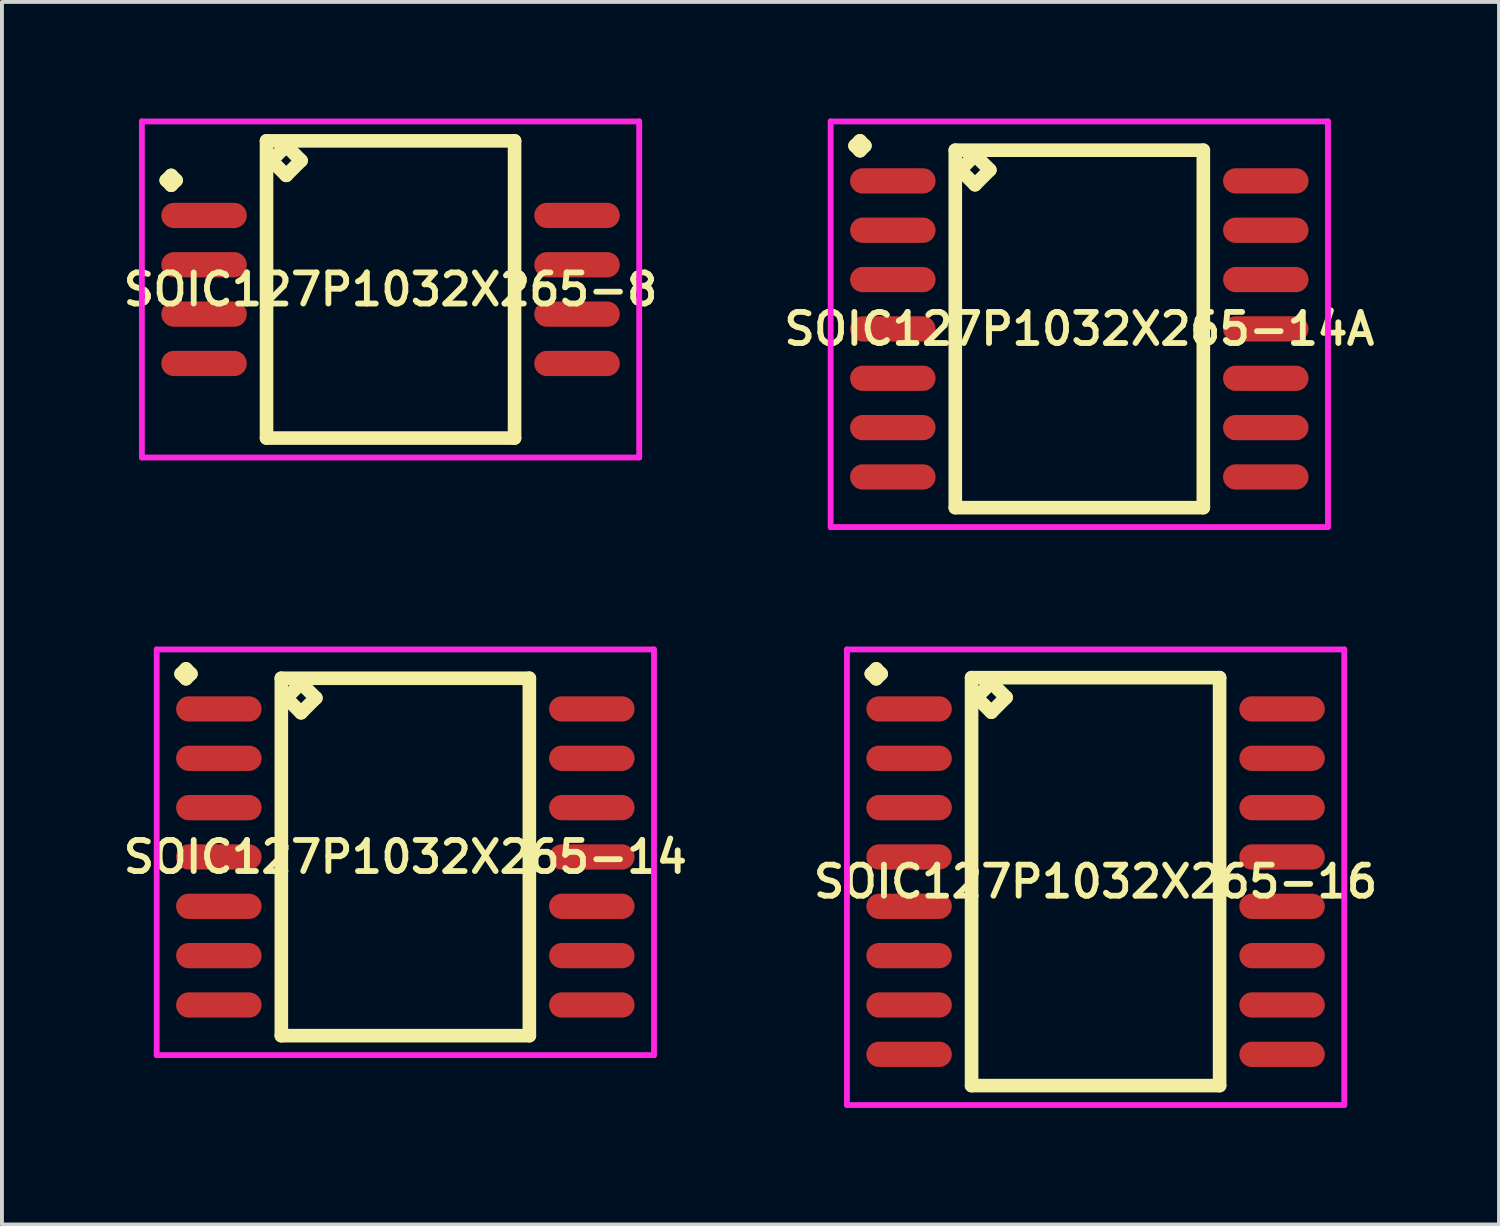
<source format=kicad_pcb>
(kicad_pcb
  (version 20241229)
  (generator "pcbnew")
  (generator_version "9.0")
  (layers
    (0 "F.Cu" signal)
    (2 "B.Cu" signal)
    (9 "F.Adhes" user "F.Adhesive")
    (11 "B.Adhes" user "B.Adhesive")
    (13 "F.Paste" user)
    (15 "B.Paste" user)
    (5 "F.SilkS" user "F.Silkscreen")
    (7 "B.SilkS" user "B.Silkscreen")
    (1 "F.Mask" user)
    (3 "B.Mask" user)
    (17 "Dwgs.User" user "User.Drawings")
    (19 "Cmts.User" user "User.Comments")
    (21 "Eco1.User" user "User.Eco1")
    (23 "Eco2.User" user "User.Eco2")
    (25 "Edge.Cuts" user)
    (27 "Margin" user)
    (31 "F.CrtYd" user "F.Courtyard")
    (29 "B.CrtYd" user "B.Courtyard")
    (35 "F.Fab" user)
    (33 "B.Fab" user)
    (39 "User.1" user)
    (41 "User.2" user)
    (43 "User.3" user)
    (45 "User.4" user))
  (footprint "SOIC127P1032X265-8"
    (layer "F.Cu")
    (at 7.002 4.4)
    (property "Reference" "SOIC127P1032X265-8" (at 0 0 0) (layer "F.SilkS") (effects (font (size 0.8 0.8) (thickness 0.15))))
    (attr smd)
    (fp_line (start -5.773 -2.809) (end -5.646 -2.936) (stroke (width 0.35) (type solid)) (layer "F.SilkS"))
    (fp_line (start -5.646 -2.936) (end -5.519 -2.809) (stroke (width 0.35) (type solid)) (layer "F.SilkS"))
    (fp_line (start -5.646 -2.682) (end -5.773 -2.809) (stroke (width 0.35) (type solid)) (layer "F.SilkS"))
    (fp_line (start -5.519 -2.809) (end -5.646 -2.682) (stroke (width 0.35) (type solid)) (layer "F.SilkS"))
    (fp_line (start -3.192 -3.825) (end -3.192 3.825) (stroke (width 0.35) (type solid)) (layer "F.SilkS"))
    (fp_line (start -3.192 3.825) (end 3.192 3.825) (stroke (width 0.35) (type solid)) (layer "F.SilkS"))
    (fp_line (start -3.065 -3.317) (end -2.684 -3.698) (stroke (width 0.35) (type solid)) (layer "F.SilkS"))
    (fp_line (start -2.684 -3.698) (end -2.303 -3.317) (stroke (width 0.35) (type solid)) (layer "F.SilkS"))
    (fp_line (start -2.684 -2.936) (end -3.065 -3.317) (stroke (width 0.35) (type solid)) (layer "F.SilkS"))
    (fp_line (start -2.303 -3.317) (end -2.684 -2.936) (stroke (width 0.35) (type solid)) (layer "F.SilkS"))
    (fp_line (start 3.192 -3.825) (end -3.192 -3.825) (stroke (width 0.35) (type solid)) (layer "F.SilkS"))
    (fp_line (start 3.192 3.825) (end 3.192 -3.825) (stroke (width 0.35) (type solid)) (layer "F.SilkS"))
    (fp_line (start -6.4 -4.325) (end 6.4 -4.325) (stroke (width 0.15) (type solid)) (layer "F.CrtYd"))
    (fp_line (start -6.4 4.325) (end -6.4 -4.325) (stroke (width 0.15) (type solid)) (layer "F.CrtYd"))
    (fp_line (start 6.4 -4.325) (end 6.4 4.325) (stroke (width 0.15) (type solid)) (layer "F.CrtYd"))
    (fp_line (start 6.4 4.325) (end -6.4 4.325) (stroke (width 0.15) (type solid)) (layer "F.CrtYd"))
    (pad "1" smd oval (at -4.8 -1.905) (size 2.2 0.65) (layers "F.Cu" "F.Mask" "F.Paste"))
    (pad "2" smd oval (at -4.8 -0.635) (size 2.2 0.65) (layers "F.Cu" "F.Mask" "F.Paste"))
    (pad "3" smd oval (at -4.8 0.635) (size 2.2 0.65) (layers "F.Cu" "F.Mask" "F.Paste"))
    (pad "4" smd oval (at -4.8 1.905) (size 2.2 0.65) (layers "F.Cu" "F.Mask" "F.Paste"))
    (pad "5" smd oval (at 4.8 1.905) (size 2.2 0.65) (layers "F.Cu" "F.Mask" "F.Paste"))
    (pad "6" smd oval (at 4.8 0.635) (size 2.2 0.65) (layers "F.Cu" "F.Mask" "F.Paste"))
    (pad "7" smd oval (at 4.8 -0.635) (size 2.2 0.65) (layers "F.Cu" "F.Mask" "F.Paste"))
    (pad "8" smd oval (at 4.8 -1.905) (size 2.2 0.65) (layers "F.Cu" "F.Mask" "F.Paste")))
  (footprint "SOIC127P1032X265-16"
    (layer "F.Cu")
    (at 25.149 19.642)
    (property "Reference" "SOIC127P1032X265-16" (at 0 0 0) (layer "F.SilkS") (effects (font (size 0.8 0.8) (thickness 0.15))))
    (attr smd)
    (fp_line (start -5.773 -5.349) (end -5.646 -5.476) (stroke (width 0.35) (type solid)) (layer "F.SilkS"))
    (fp_line (start -5.646 -5.476) (end -5.519 -5.349) (stroke (width 0.35) (type solid)) (layer "F.SilkS"))
    (fp_line (start -5.646 -5.222) (end -5.773 -5.349) (stroke (width 0.35) (type solid)) (layer "F.SilkS"))
    (fp_line (start -5.519 -5.349) (end -5.646 -5.222) (stroke (width 0.35) (type solid)) (layer "F.SilkS"))
    (fp_line (start -3.192 -5.25) (end -3.192 5.25) (stroke (width 0.35) (type solid)) (layer "F.SilkS"))
    (fp_line (start -3.192 5.25) (end 3.192 5.25) (stroke (width 0.35) (type solid)) (layer "F.SilkS"))
    (fp_line (start -3.065 -4.742) (end -2.684 -5.123) (stroke (width 0.35) (type solid)) (layer "F.SilkS"))
    (fp_line (start -2.684 -5.123) (end -2.303 -4.742) (stroke (width 0.35) (type solid)) (layer "F.SilkS"))
    (fp_line (start -2.684 -4.361) (end -3.065 -4.742) (stroke (width 0.35) (type solid)) (layer "F.SilkS"))
    (fp_line (start -2.303 -4.742) (end -2.684 -4.361) (stroke (width 0.35) (type solid)) (layer "F.SilkS"))
    (fp_line (start 3.192 -5.25) (end -3.192 -5.25) (stroke (width 0.35) (type solid)) (layer "F.SilkS"))
    (fp_line (start 3.192 5.25) (end 3.192 -5.25) (stroke (width 0.35) (type solid)) (layer "F.SilkS"))
    (fp_line (start -6.4 -5.976) (end 6.4 -5.976) (stroke (width 0.15) (type solid)) (layer "F.CrtYd"))
    (fp_line (start -6.4 5.75) (end -6.4 -5.976) (stroke (width 0.15) (type solid)) (layer "F.CrtYd"))
    (fp_line (start 6.4 -5.976) (end 6.4 5.75) (stroke (width 0.15) (type solid)) (layer "F.CrtYd"))
    (fp_line (start 6.4 5.75) (end -6.4 5.75) (stroke (width 0.15) (type solid)) (layer "F.CrtYd"))
    (pad "1" smd oval (at -4.8 -4.445) (size 2.2 0.65) (layers "F.Cu" "F.Mask" "F.Paste"))
    (pad "2" smd oval (at -4.8 -3.175) (size 2.2 0.65) (layers "F.Cu" "F.Mask" "F.Paste"))
    (pad "3" smd oval (at -4.8 -1.905) (size 2.2 0.65) (layers "F.Cu" "F.Mask" "F.Paste"))
    (pad "4" smd oval (at -4.8 -0.635) (size 2.2 0.65) (layers "F.Cu" "F.Mask" "F.Paste"))
    (pad "5" smd oval (at -4.8 0.635) (size 2.2 0.65) (layers "F.Cu" "F.Mask" "F.Paste"))
    (pad "6" smd oval (at -4.8 1.905) (size 2.2 0.65) (layers "F.Cu" "F.Mask" "F.Paste"))
    (pad "7" smd oval (at -4.8 3.175) (size 2.2 0.65) (layers "F.Cu" "F.Mask" "F.Paste"))
    (pad "8" smd oval (at -4.8 4.445) (size 2.2 0.65) (layers "F.Cu" "F.Mask" "F.Paste"))
    (pad "9" smd oval (at 4.8 4.445) (size 2.2 0.65) (layers "F.Cu" "F.Mask" "F.Paste"))
    (pad "10" smd oval (at 4.8 3.175) (size 2.2 0.65) (layers "F.Cu" "F.Mask" "F.Paste"))
    (pad "11" smd oval (at 4.8 1.905) (size 2.2 0.65) (layers "F.Cu" "F.Mask" "F.Paste"))
    (pad "12" smd oval (at 4.8 0.635) (size 2.2 0.65) (layers "F.Cu" "F.Mask" "F.Paste"))
    (pad "13" smd oval (at 4.8 -0.635) (size 2.2 0.65) (layers "F.Cu" "F.Mask" "F.Paste"))
    (pad "14" smd oval (at 4.8 -1.905) (size 2.2 0.65) (layers "F.Cu" "F.Mask" "F.Paste"))
    (pad "15" smd oval (at 4.8 -3.175) (size 2.2 0.65) (layers "F.Cu" "F.Mask" "F.Paste"))
    (pad "16" smd oval (at 4.8 -4.445) (size 2.2 0.65) (layers "F.Cu" "F.Mask" "F.Paste")))
  (footprint "SOIC127P1032X265-14A"
    (layer "F.Cu")
    (at 24.73 5.416)
    (property "Reference" "SOIC127P1032X265-14A" (at 0 0 0) (layer "F.SilkS") (effects (font (size 0.8 0.8) (thickness 0.15))))
    (attr smd)
    (fp_line (start -5.773 -4.714) (end -5.646 -4.841) (stroke (width 0.35) (type solid)) (layer "F.SilkS"))
    (fp_line (start -5.646 -4.841) (end -5.519 -4.714) (stroke (width 0.35) (type solid)) (layer "F.SilkS"))
    (fp_line (start -5.646 -4.587) (end -5.773 -4.714) (stroke (width 0.35) (type solid)) (layer "F.SilkS"))
    (fp_line (start -5.519 -4.714) (end -5.646 -4.587) (stroke (width 0.35) (type solid)) (layer "F.SilkS"))
    (fp_line (start -3.192 -4.6) (end -3.192 4.6) (stroke (width 0.35) (type solid)) (layer "F.SilkS"))
    (fp_line (start -3.192 4.6) (end 3.192 4.6) (stroke (width 0.35) (type solid)) (layer "F.SilkS"))
    (fp_line (start -3.065 -4.092) (end -2.684 -4.473) (stroke (width 0.35) (type solid)) (layer "F.SilkS"))
    (fp_line (start -2.684 -4.473) (end -2.303 -4.092) (stroke (width 0.35) (type solid)) (layer "F.SilkS"))
    (fp_line (start -2.684 -3.711) (end -3.065 -4.092) (stroke (width 0.35) (type solid)) (layer "F.SilkS"))
    (fp_line (start -2.303 -4.092) (end -2.684 -3.711) (stroke (width 0.35) (type solid)) (layer "F.SilkS"))
    (fp_line (start 3.192 -4.6) (end -3.192 -4.6) (stroke (width 0.35) (type solid)) (layer "F.SilkS"))
    (fp_line (start 3.192 4.6) (end 3.192 -4.6) (stroke (width 0.35) (type solid)) (layer "F.SilkS"))
    (fp_line (start -6.4 -5.341) (end 6.4 -5.341) (stroke (width 0.15) (type solid)) (layer "F.CrtYd"))
    (fp_line (start -6.4 5.1) (end -6.4 -5.341) (stroke (width 0.15) (type solid)) (layer "F.CrtYd"))
    (fp_line (start 6.4 -5.341) (end 6.4 5.1) (stroke (width 0.15) (type solid)) (layer "F.CrtYd"))
    (fp_line (start 6.4 5.1) (end -6.4 5.1) (stroke (width 0.15) (type solid)) (layer "F.CrtYd"))
    (pad "1" smd oval (at -4.8 -3.81) (size 2.2 0.65) (layers "F.Cu" "F.Mask" "F.Paste"))
    (pad "2" smd oval (at -4.8 -2.54) (size 2.2 0.65) (layers "F.Cu" "F.Mask" "F.Paste"))
    (pad "3" smd oval (at -4.8 -1.27) (size 2.2 0.65) (layers "F.Cu" "F.Mask" "F.Paste"))
    (pad "4" smd oval (at -4.8 0) (size 2.2 0.65) (layers "F.Cu" "F.Mask" "F.Paste"))
    (pad "5" smd oval (at -4.8 1.27) (size 2.2 0.65) (layers "F.Cu" "F.Mask" "F.Paste"))
    (pad "6" smd oval (at -4.8 2.54) (size 2.2 0.65) (layers "F.Cu" "F.Mask" "F.Paste"))
    (pad "7" smd oval (at -4.8 3.81) (size 2.2 0.65) (layers "F.Cu" "F.Mask" "F.Paste"))
    (pad "8" smd oval (at 4.8 3.81) (size 2.2 0.65) (layers "F.Cu" "F.Mask" "F.Paste"))
    (pad "9" smd oval (at 4.8 2.54) (size 2.2 0.65) (layers "F.Cu" "F.Mask" "F.Paste"))
    (pad "10" smd oval (at 4.8 1.27) (size 2.2 0.65) (layers "F.Cu" "F.Mask" "F.Paste"))
    (pad "11" smd oval (at 4.8 0) (size 2.2 0.65) (layers "F.Cu" "F.Mask" "F.Paste"))
    (pad "12" smd oval (at 4.8 -1.27) (size 2.2 0.65) (layers "F.Cu" "F.Mask" "F.Paste"))
    (pad "13" smd oval (at 4.8 -2.54) (size 2.2 0.65) (layers "F.Cu" "F.Mask" "F.Paste"))
    (pad "14" smd oval (at 4.8 -3.81) (size 2.2 0.65) (layers "F.Cu" "F.Mask" "F.Paste")))
  (footprint "SOIC127P1032X265-14"
    (layer "F.Cu")
    (at 7.383 19.007)
    (property "Reference" "SOIC127P1032X265-14" (at 0 0 0) (layer "F.SilkS") (effects (font (size 0.8 0.8) (thickness 0.15))))
    (attr smd)
    (fp_line (start -5.773 -4.714) (end -5.646 -4.841) (stroke (width 0.35) (type solid)) (layer "F.SilkS"))
    (fp_line (start -5.646 -4.841) (end -5.519 -4.714) (stroke (width 0.35) (type solid)) (layer "F.SilkS"))
    (fp_line (start -5.646 -4.587) (end -5.773 -4.714) (stroke (width 0.35) (type solid)) (layer "F.SilkS"))
    (fp_line (start -5.519 -4.714) (end -5.646 -4.587) (stroke (width 0.35) (type solid)) (layer "F.SilkS"))
    (fp_line (start -3.192 -4.6) (end -3.192 4.6) (stroke (width 0.35) (type solid)) (layer "F.SilkS"))
    (fp_line (start -3.192 4.6) (end 3.192 4.6) (stroke (width 0.35) (type solid)) (layer "F.SilkS"))
    (fp_line (start -3.065 -4.092) (end -2.684 -4.473) (stroke (width 0.35) (type solid)) (layer "F.SilkS"))
    (fp_line (start -2.684 -4.473) (end -2.303 -4.092) (stroke (width 0.35) (type solid)) (layer "F.SilkS"))
    (fp_line (start -2.684 -3.711) (end -3.065 -4.092) (stroke (width 0.35) (type solid)) (layer "F.SilkS"))
    (fp_line (start -2.303 -4.092) (end -2.684 -3.711) (stroke (width 0.35) (type solid)) (layer "F.SilkS"))
    (fp_line (start 3.192 -4.6) (end -3.192 -4.6) (stroke (width 0.35) (type solid)) (layer "F.SilkS"))
    (fp_line (start 3.192 4.6) (end 3.192 -4.6) (stroke (width 0.35) (type solid)) (layer "F.SilkS"))
    (fp_line (start -6.4 -5.341) (end 6.4 -5.341) (stroke (width 0.15) (type solid)) (layer "F.CrtYd"))
    (fp_line (start -6.4 5.1) (end -6.4 -5.341) (stroke (width 0.15) (type solid)) (layer "F.CrtYd"))
    (fp_line (start 6.4 -5.341) (end 6.4 5.1) (stroke (width 0.15) (type solid)) (layer "F.CrtYd"))
    (fp_line (start 6.4 5.1) (end -6.4 5.1) (stroke (width 0.15) (type solid)) (layer "F.CrtYd"))
    (pad "1" smd oval (at -4.8 -3.81) (size 2.2 0.65) (layers "F.Cu" "F.Mask" "F.Paste"))
    (pad "2" smd oval (at -4.8 -2.54) (size 2.2 0.65) (layers "F.Cu" "F.Mask" "F.Paste"))
    (pad "3" smd oval (at -4.8 -1.27) (size 2.2 0.65) (layers "F.Cu" "F.Mask" "F.Paste"))
    (pad "4" smd oval (at -4.8 0) (size 2.2 0.65) (layers "F.Cu" "F.Mask" "F.Paste"))
    (pad "5" smd oval (at -4.8 1.27) (size 2.2 0.65) (layers "F.Cu" "F.Mask" "F.Paste"))
    (pad "6" smd oval (at -4.8 2.54) (size 2.2 0.65) (layers "F.Cu" "F.Mask" "F.Paste"))
    (pad "7" smd oval (at -4.8 3.81) (size 2.2 0.65) (layers "F.Cu" "F.Mask" "F.Paste"))
    (pad "8" smd oval (at 4.8 3.81) (size 2.2 0.65) (layers "F.Cu" "F.Mask" "F.Paste"))
    (pad "9" smd oval (at 4.8 2.54) (size 2.2 0.65) (layers "F.Cu" "F.Mask" "F.Paste"))
    (pad "10" smd oval (at 4.8 1.27) (size 2.2 0.65) (layers "F.Cu" "F.Mask" "F.Paste"))
    (pad "11" smd oval (at 4.8 0) (size 2.2 0.65) (layers "F.Cu" "F.Mask" "F.Paste"))
    (pad "12" smd oval (at 4.8 -1.27) (size 2.2 0.65) (layers "F.Cu" "F.Mask" "F.Paste"))
    (pad "13" smd oval (at 4.8 -2.54) (size 2.2 0.65) (layers "F.Cu" "F.Mask" "F.Paste"))
    (pad "14" smd oval (at 4.8 -3.81) (size 2.2 0.65) (layers "F.Cu" "F.Mask" "F.Paste")))
  (gr_rect
    (start -3 -3)
    (end 35.532 28.467)
    (stroke (width 0.1) (type default))
    (fill no)
    (layer "Edge.Cuts")))
</source>
